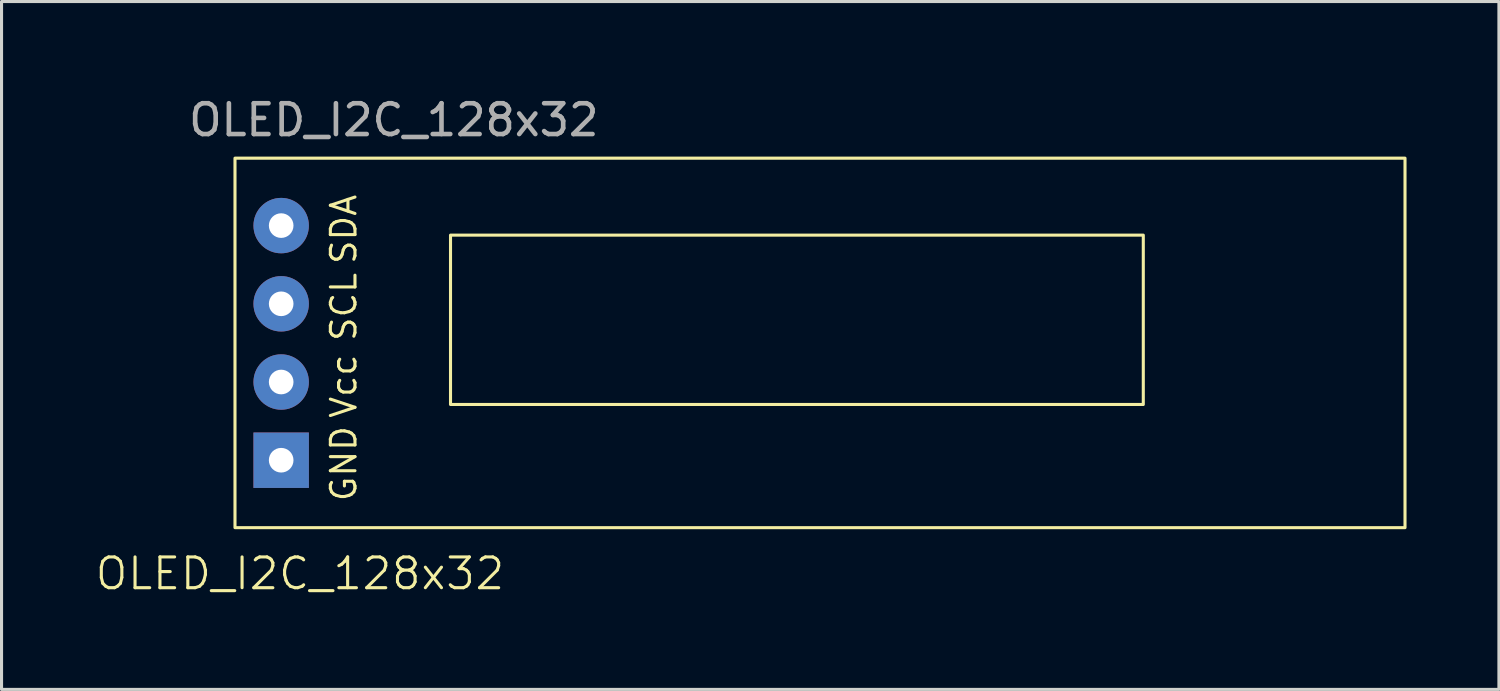
<source format=kicad_pcb>
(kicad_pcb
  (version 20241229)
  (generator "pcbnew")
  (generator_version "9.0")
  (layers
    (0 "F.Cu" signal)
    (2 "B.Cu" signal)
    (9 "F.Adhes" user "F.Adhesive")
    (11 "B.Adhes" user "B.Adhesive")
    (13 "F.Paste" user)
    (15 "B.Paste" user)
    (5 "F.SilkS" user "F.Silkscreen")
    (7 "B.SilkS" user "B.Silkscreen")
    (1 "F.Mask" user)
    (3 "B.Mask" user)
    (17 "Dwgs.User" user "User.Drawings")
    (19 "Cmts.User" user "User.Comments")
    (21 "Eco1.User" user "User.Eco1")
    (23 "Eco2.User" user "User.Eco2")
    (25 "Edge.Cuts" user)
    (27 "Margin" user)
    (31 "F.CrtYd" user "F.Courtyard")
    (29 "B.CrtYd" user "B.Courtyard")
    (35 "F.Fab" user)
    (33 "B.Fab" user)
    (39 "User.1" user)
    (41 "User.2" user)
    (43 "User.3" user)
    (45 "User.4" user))
  (footprint "OLED_I2C_128x32"
    (layer "F.Cu")
    (at 7.582 8.087)
    (property "Reference" "OLED_I2C_128x32" (at -0.889 7.493 0) (unlocked yes) (layer "F.SilkS") (effects (font (size 1 1) (thickness 0.1))))
    (attr through_hole)
    (fp_rect (start -3 -6) (end 35 6) (stroke (width 0.1) (type default)) (fill no) (layer "F.SilkS"))
    (fp_rect (start 4 -3.5) (end 26.5 2) (stroke (width 0.1) (type default)) (fill no) (layer "F.SilkS"))
    (fp_text user "Vcc" (at 1 2.5 90) (unlocked yes) (layer "F.SilkS") (effects (font (size 0.8 0.8) (thickness 0.1)) (justify left bottom)))
    (fp_text user "GND" (at 1 5.207 90) (unlocked yes) (layer "F.SilkS") (effects (font (size 0.8 0.8) (thickness 0.1)) (justify left bottom)))
    (fp_text user "SDA" (at 1 -2.5 90) (unlocked yes) (layer "F.SilkS") (effects (font (size 0.8 0.8) (thickness 0.1)) (justify left bottom)))
    (fp_text user "SCL" (at 1 0 90) (unlocked yes) (layer "F.SilkS") (effects (font (size 0.8 0.8) (thickness 0.1)) (justify left bottom)))
    (fp_text user "${REFERENCE}" (at 2.159 -7.239 0) (unlocked yes) (layer "F.Fab") (effects (font (size 1 1) (thickness 0.15))))
    (pad "1" thru_hole circle (at -1.5 -3.81) (size 1.8 1.8) (drill 0.8) (layers "*.Cu" "*.Mask"))
    (pad "2" thru_hole circle (at -1.5 -1.27) (size 1.8 1.8) (drill 0.8) (layers "*.Cu" "*.Mask"))
    (pad "3" thru_hole circle (at -1.5 1.27) (size 1.8 1.8) (drill 0.8) (layers "*.Cu" "*.Mask"))
    (pad "4" thru_hole rect (at -1.5 3.81) (size 1.8 1.8) (drill 0.8) (layers "*.Cu" "*.Mask")))
  (gr_rect
    (start -3 -3)
    (end 45.632 19.341)
    (stroke (width 0.1) (type default))
    (fill no)
    (layer "Edge.Cuts")))
</source>
